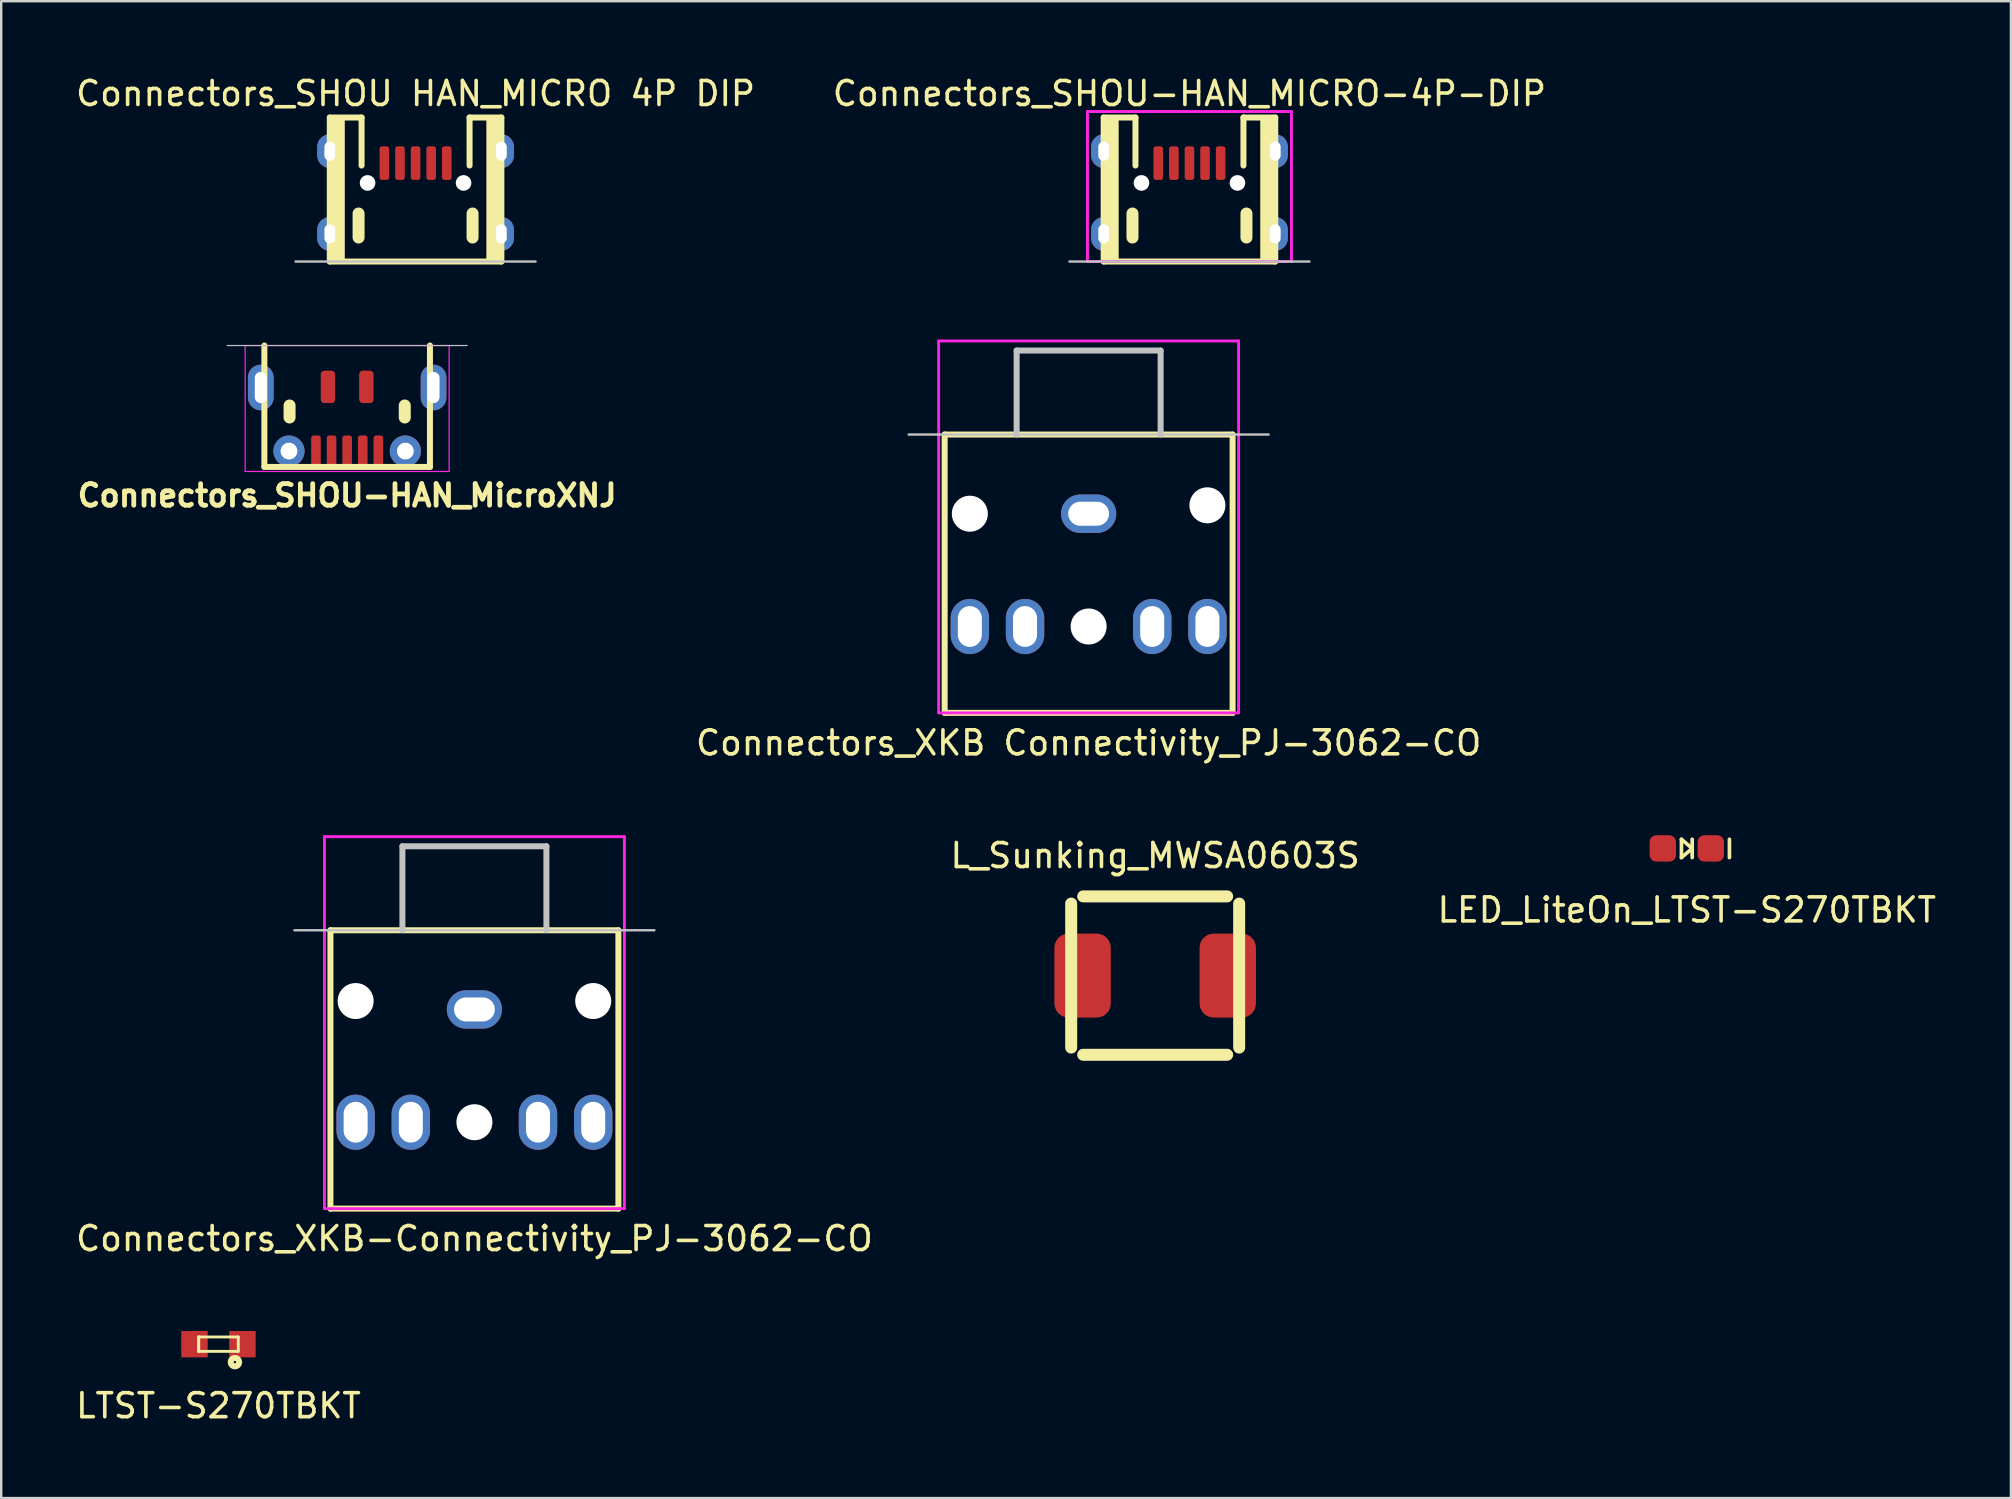
<source format=kicad_pcb>
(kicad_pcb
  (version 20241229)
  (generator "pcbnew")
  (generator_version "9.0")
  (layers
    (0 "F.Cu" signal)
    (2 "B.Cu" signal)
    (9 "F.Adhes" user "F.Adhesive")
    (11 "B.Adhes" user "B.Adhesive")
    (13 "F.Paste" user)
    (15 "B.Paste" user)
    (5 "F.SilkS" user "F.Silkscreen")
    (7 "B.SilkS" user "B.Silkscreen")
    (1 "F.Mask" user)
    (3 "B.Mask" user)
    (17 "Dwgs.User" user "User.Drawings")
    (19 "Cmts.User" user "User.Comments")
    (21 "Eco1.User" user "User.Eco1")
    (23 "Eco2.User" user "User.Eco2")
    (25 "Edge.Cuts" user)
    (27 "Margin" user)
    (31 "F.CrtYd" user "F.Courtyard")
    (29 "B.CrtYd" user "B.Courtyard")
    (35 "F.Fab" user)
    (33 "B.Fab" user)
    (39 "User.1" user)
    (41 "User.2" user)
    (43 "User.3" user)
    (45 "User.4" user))
  (footprint "L_Sunking_MWSA0603S"
    (layer "F.Cu")
    (at 45.089 37.605)
    (property "Reference" "L_Sunking_MWSA0603S" (at 0 -5 0) (layer "F.SilkS") (effects (font (size 1 1) (thickness 0.15))))
    (attr through_hole)
    (fp_line (start -3.5 -3) (end -3.5 3) (stroke (width 0.5) (type solid)) (layer "F.SilkS"))
    (fp_line (start -3 3.3) (end 3 3.3) (stroke (width 0.5) (type solid)) (layer "F.SilkS"))
    (fp_line (start 3 -3.3) (end -3 -3.3) (stroke (width 0.5) (type solid)) (layer "F.SilkS"))
    (fp_line (start 3.5 3) (end 3.5 -3) (stroke (width 0.5) (type solid)) (layer "F.SilkS"))
    (pad "1" smd roundrect (at -1.85 0) (size 2.35 3.5) (drill (offset -1.175 0)) (layers "F.Cu" "F.Mask" "F.Paste") (roundrect_rratio 0.25))
    (pad "2" smd roundrect (at 1.85 0) (size 2.35 3.5) (drill (offset 1.175 0)) (layers "F.Cu" "F.Mask" "F.Paste") (roundrect_rratio 0.25)))
  (footprint "Connectors_SHOU HAN_MICRO 4P DIP"
    (layer "F.Cu")
    (at 14.268 7.848)
    (property "Reference" "Connectors_SHOU HAN_MICRO 4P DIP" (at 0 -7 0) (layer "F.SilkS") (effects (font (size 1 1) (thickness 0.15))))
    (attr through_hole)
    (fp_line (start -3.575 -6) (end -2.25 -6) (stroke (width 0.25) (type solid)) (layer "F.SilkS"))
    (fp_line (start -3.575 0) (end -3.575 -6) (stroke (width 0.25) (type solid)) (layer "F.SilkS"))
    (fp_line (start -2.375 -2) (end -2.375 -1) (stroke (width 0.5) (type solid)) (layer "F.SilkS"))
    (fp_line (start -2.25 -6) (end -2.25 -4) (stroke (width 0.25) (type solid)) (layer "F.SilkS"))
    (fp_line (start 2.25 -6) (end 3.575 -6) (stroke (width 0.25) (type solid)) (layer "F.SilkS"))
    (fp_line (start 2.25 -4) (end 2.25 -6) (stroke (width 0.25) (type solid)) (layer "F.SilkS"))
    (fp_line (start 2.375 -2) (end 2.375 -1) (stroke (width 0.5) (type solid)) (layer "F.SilkS"))
    (fp_line (start 3.575 -6) (end 3.575 0) (stroke (width 0.25) (type solid)) (layer "F.SilkS"))
    (fp_line (start 3.575 0) (end -3.575 0) (stroke (width 0.25) (type solid)) (layer "F.SilkS"))
    (fp_poly (pts (xy -3.575 -6) (xy -3 -6) (xy -3 0) (xy -3.575 0)) (stroke (width 0.1) (type solid)) (fill yes) (layer "F.SilkS"))
    (fp_poly (pts (xy 3.575 0) (xy 3 0) (xy 3 -6) (xy 3.575 -6)) (stroke (width 0.1) (type solid)) (fill yes) (layer "F.SilkS"))
    (fp_line (start -5 0) (end 5 0) (stroke (width 0.1) (type solid)) (layer "Dwgs.User"))
    (pad "" np_thru_hole circle (at -2 -3.275) (size 0.65 0.65) (drill 0.65) (layers "*.Cu" "*.Mask"))
    (pad "" np_thru_hole circle (at 2 -3.275) (size 0.65 0.65) (drill 0.65) (layers "*.Cu" "*.Mask"))
    (pad "1" smd roundrect (at -1.3 -4.8) (size 0.4 1.4) (drill (offset 0 0.7)) (layers "F.Cu" "F.Mask" "F.Paste") (roundrect_rratio 0.25))
    (pad "2" smd roundrect (at -0.65 -4.8) (size 0.4 1.4) (drill (offset 0 0.7)) (layers "F.Cu" "F.Mask" "F.Paste") (roundrect_rratio 0.25))
    (pad "3" smd roundrect (at 0 -4.8) (size 0.4 1.4) (drill (offset 0 0.7)) (layers "F.Cu" "F.Mask" "F.Paste") (roundrect_rratio 0.25))
    (pad "4" smd roundrect (at 0.65 -4.8) (size 0.4 1.4) (drill (offset 0 0.7)) (layers "F.Cu" "F.Mask" "F.Paste") (roundrect_rratio 0.25))
    (pad "5" smd roundrect (at 1.3 -4.8) (size 0.4 1.4) (drill (offset 0 0.7)) (layers "F.Cu" "F.Mask" "F.Paste") (roundrect_rratio 0.25))
    (pad "6" thru_hole oval (at -3.575 -4.6) (size 1.05 1.4) (drill oval 0.45 0.8) (layers "*.Cu" "*.Mask"))
    (pad "6" thru_hole oval (at -3.575 -1.15) (size 1.05 1.4) (drill oval 0.45 0.8) (layers "*.Cu" "*.Mask"))
    (pad "6" thru_hole oval (at 3.575 -4.6) (size 1.05 1.4) (drill oval 0.45 0.8) (layers "*.Cu" "*.Mask"))
    (pad "6" thru_hole oval (at 3.575 -1.15) (size 1.05 1.4) (drill oval 0.45 0.8) (layers "*.Cu" "*.Mask")))
  (footprint "Connectors_XKB-Connectivity_PJ-3062-CO"
    (layer "F.Cu")
    (at 16.72 47.316)
    (property "Reference" "Connectors_XKB-Connectivity_PJ-3062-CO" (at 0 1.25 0) (layer "F.SilkS") (effects (font (size 1 1) (thickness 0.15))))
    (attr through_hole)
    (fp_line (start -6 -11.6) (end -6 0) (stroke (width 0.25) (type solid)) (layer "F.SilkS"))
    (fp_line (start -6 -11.6) (end 6 -11.6) (stroke (width 0.25) (type solid)) (layer "F.SilkS"))
    (fp_line (start -6 0) (end 6 0) (stroke (width 0.25) (type solid)) (layer "F.SilkS"))
    (fp_line (start 6 0) (end 6 -11.6) (stroke (width 0.25) (type solid)) (layer "F.SilkS"))
    (fp_line (start -3 -15.1) (end -3 -11.6) (stroke (width 0.25) (type solid)) (layer "Dwgs.User"))
    (fp_line (start 3 -15.1) (end -3 -15.1) (stroke (width 0.25) (type solid)) (layer "Dwgs.User"))
    (fp_line (start 3 -15.1) (end 3 -11.6) (stroke (width 0.25) (type solid)) (layer "Dwgs.User"))
    (fp_line (start 7.5 -11.6) (end -7.5 -11.6) (stroke (width 0.1) (type solid)) (layer "Dwgs.User"))
    (fp_line (start -6.25 -15.5) (end 6.25 -15.5) (stroke (width 0.12) (type solid)) (layer "F.CrtYd"))
    (fp_line (start -6.25 0) (end -6.25 -15.5) (stroke (width 0.12) (type solid)) (layer "F.CrtYd"))
    (fp_line (start 6.25 -15.5) (end 6.25 0) (stroke (width 0.12) (type solid)) (layer "F.CrtYd"))
    (fp_line (start 6.25 0) (end -6.25 0) (stroke (width 0.12) (type solid)) (layer "F.CrtYd"))
    (pad "" np_thru_hole circle (at -4.95 -8.65) (size 1.5 1.5) (drill 1.5) (layers "*.Cu" "*.Mask"))
    (pad "" np_thru_hole circle (at 0 -3.6) (size 1.5 1.5) (drill 1.5) (layers "*.Cu" "*.Mask"))
    (pad "" np_thru_hole circle (at 4.95 -8.65) (size 1.5 1.5) (drill 1.5) (layers "*.Cu" "*.Mask"))
    (pad "R" thru_hole oval (at 2.65 -3.6) (size 1.6 2.3) (drill oval 1 1.7) (layers "*.Cu" "*.Mask"))
    (pad "RN" thru_hole oval (at -4.95 -3.6) (size 1.6 2.3) (drill oval 1 1.7) (layers "*.Cu" "*.Mask"))
    (pad "S" thru_hole oval (at 0 -8.3) (size 2.3 1.6) (drill oval 1.7 1) (layers "*.Cu" "*.Mask"))
    (pad "T" thru_hole oval (at 4.95 -3.6) (size 1.6 2.3) (drill oval 1 1.7) (layers "*.Cu" "*.Mask"))
    (pad "TN" thru_hole oval (at -2.65 -3.6) (size 1.6 2.3) (drill oval 1 1.7) (layers "*.Cu" "*.Mask")))
  (footprint "Connectors_SHOU-HAN_MicroXNJ"
    (layer "F.Cu")
    (at 11.417 11.348)
    (property "Reference" "Connectors_SHOU-HAN_MicroXNJ" (at 0 6.25 0) (layer "F.SilkS") (effects (font (size 0.9 0.9) (thickness 0.2))))
    (attr through_hole)
    (fp_line (start -3.45 5.06) (end -3.45 0) (stroke (width 0.25) (type solid)) (layer "F.SilkS"))
    (fp_line (start -3.45 5.06) (end 3.45 5.06) (stroke (width 0.25) (type solid)) (layer "F.SilkS"))
    (fp_line (start -2.4 2.5) (end -2.4 3) (stroke (width 0.5) (type solid)) (layer "F.SilkS"))
    (fp_line (start 2.4 2.5) (end 2.4 3) (stroke (width 0.5) (type solid)) (layer "F.SilkS"))
    (fp_line (start 3.45 5.06) (end 3.45 0) (stroke (width 0.25) (type solid)) (layer "F.SilkS"))
    (fp_line (start -5 0) (end 5 0) (stroke (width 0.05) (type solid)) (layer "Dwgs.User"))
    (fp_line (start -4.25 0) (end 4.25 0) (stroke (width 0.05) (type solid)) (layer "F.CrtYd"))
    (fp_line (start -4.25 5.25) (end -4.25 0) (stroke (width 0.05) (type solid)) (layer "F.CrtYd"))
    (fp_line (start 4.25 0) (end 4.25 5.25) (stroke (width 0.05) (type solid)) (layer "F.CrtYd"))
    (fp_line (start 4.25 5.25) (end -4.25 5.25) (stroke (width 0.05) (type solid)) (layer "F.CrtYd"))
    (pad "1" smd roundrect (at 1.3 5) (size 0.4 1.25) (drill (offset 0 -0.625)) (layers "F.Cu" "F.Mask" "F.Paste") (roundrect_rratio 0.25))
    (pad "2" smd roundrect (at 0.65 5) (size 0.4 1.25) (drill (offset 0 -0.625)) (layers "F.Cu" "F.Mask" "F.Paste") (roundrect_rratio 0.25))
    (pad "3" smd roundrect (at 0 5) (size 0.4 1.25) (drill (offset 0 -0.625)) (layers "F.Cu" "F.Mask" "F.Paste") (roundrect_rratio 0.25))
    (pad "4" smd roundrect (at -0.65 5) (size 0.4 1.25) (drill (offset 0 -0.625)) (layers "F.Cu" "F.Mask" "F.Paste") (roundrect_rratio 0.25))
    (pad "5" smd roundrect (at -1.3 5) (size 0.4 1.25) (drill (offset 0 -0.625)) (layers "F.Cu" "F.Mask" "F.Paste") (roundrect_rratio 0.25))
    (pad "6" thru_hole oval (at -3.6 1.75) (size 1.07 1.9) (drill oval 0.5 1.3) (layers "*.Cu" "*.Mask"))
    (pad "6" thru_hole circle (at -2.425 4.4) (size 1.3 1.3) (drill 0.7) (layers "*.Cu" "*.Mask"))
    (pad "6" smd roundrect (at -0.5 1.05) (size 0.6 1.35) (drill (offset -0.3 0.675)) (layers "F.Cu" "F.Mask" "F.Paste") (roundrect_rratio 0.25))
    (pad "6" smd roundrect (at 0.5 1.05) (size 0.6 1.35) (drill (offset 0.3 0.675)) (layers "F.Cu" "F.Mask" "F.Paste") (roundrect_rratio 0.25))
    (pad "6" thru_hole circle (at 2.425 4.4) (size 1.3 1.3) (drill 0.7) (layers "*.Cu" "*.Mask"))
    (pad "6" thru_hole oval (at 3.6 1.75) (size 1.07 1.9) (drill oval 0.5 1.3) (layers "*.Cu" "*.Mask")))
  (footprint "Connectors_SHOU-HAN_MICRO-4P-DIP"
    (layer "F.Cu")
    (at 46.518 7.848)
    (property "Reference" "Connectors_SHOU-HAN_MICRO-4P-DIP" (at 0 -7 0) (layer "F.SilkS") (effects (font (size 1 1) (thickness 0.15))))
    (attr through_hole)
    (fp_line (start -3.575 -6) (end -2.25 -6) (stroke (width 0.25) (type solid)) (layer "F.SilkS"))
    (fp_line (start -3.575 0) (end -3.575 -6) (stroke (width 0.25) (type solid)) (layer "F.SilkS"))
    (fp_line (start -2.375 -2) (end -2.375 -1) (stroke (width 0.5) (type solid)) (layer "F.SilkS"))
    (fp_line (start -2.25 -6) (end -2.25 -4) (stroke (width 0.25) (type solid)) (layer "F.SilkS"))
    (fp_line (start 2.25 -6) (end 3.575 -6) (stroke (width 0.25) (type solid)) (layer "F.SilkS"))
    (fp_line (start 2.25 -4) (end 2.25 -6) (stroke (width 0.25) (type solid)) (layer "F.SilkS"))
    (fp_line (start 2.375 -2) (end 2.375 -1) (stroke (width 0.5) (type solid)) (layer "F.SilkS"))
    (fp_line (start 3.575 -6) (end 3.575 0) (stroke (width 0.25) (type solid)) (layer "F.SilkS"))
    (fp_line (start 3.575 0) (end -3.575 0) (stroke (width 0.25) (type solid)) (layer "F.SilkS"))
    (fp_poly (pts (xy -3.575 -6) (xy -3 -6) (xy -3 0) (xy -3.575 0)) (stroke (width 0.1) (type solid)) (fill yes) (layer "F.SilkS"))
    (fp_poly (pts (xy 3.575 0) (xy 3 0) (xy 3 -6) (xy 3.575 -6)) (stroke (width 0.1) (type solid)) (fill yes) (layer "F.SilkS"))
    (fp_line (start -5 0) (end 5 0) (stroke (width 0.1) (type solid)) (layer "Dwgs.User"))
    (fp_line (start -4.25 -6.25) (end -4.25 0) (stroke (width 0.12) (type solid)) (layer "F.CrtYd"))
    (fp_line (start -4.25 0) (end 4.25 0) (stroke (width 0.12) (type solid)) (layer "F.CrtYd"))
    (fp_line (start 4.25 -6.25) (end -4.25 -6.25) (stroke (width 0.12) (type solid)) (layer "F.CrtYd"))
    (fp_line (start 4.25 0) (end 4.25 -6.25) (stroke (width 0.12) (type solid)) (layer "F.CrtYd"))
    (pad "" np_thru_hole circle (at -2 -3.275) (size 0.65 0.65) (drill 0.65) (layers "*.Cu" "*.Mask"))
    (pad "" np_thru_hole circle (at 2 -3.275) (size 0.65 0.65) (drill 0.65) (layers "*.Cu" "*.Mask"))
    (pad "1" smd roundrect (at -1.3 -4.8) (size 0.4 1.4) (drill (offset 0 0.7)) (layers "F.Cu" "F.Mask" "F.Paste") (roundrect_rratio 0.25))
    (pad "2" smd roundrect (at -0.65 -4.8) (size 0.4 1.4) (drill (offset 0 0.7)) (layers "F.Cu" "F.Mask" "F.Paste") (roundrect_rratio 0.25))
    (pad "3" smd roundrect (at 0 -4.8) (size 0.4 1.4) (drill (offset 0 0.7)) (layers "F.Cu" "F.Mask" "F.Paste") (roundrect_rratio 0.25))
    (pad "4" smd roundrect (at 0.65 -4.8) (size 0.4 1.4) (drill (offset 0 0.7)) (layers "F.Cu" "F.Mask" "F.Paste") (roundrect_rratio 0.25))
    (pad "5" smd roundrect (at 1.3 -4.8) (size 0.4 1.4) (drill (offset 0 0.7)) (layers "F.Cu" "F.Mask" "F.Paste") (roundrect_rratio 0.25))
    (pad "6" thru_hole oval (at -3.575 -4.6) (size 1.05 1.4) (drill oval 0.45 0.8) (layers "*.Cu" "*.Mask"))
    (pad "6" thru_hole oval (at -3.575 -1.15) (size 1.05 1.4) (drill oval 0.45 0.8) (layers "*.Cu" "*.Mask"))
    (pad "6" thru_hole oval (at 3.575 -4.6) (size 1.05 1.4) (drill oval 0.45 0.8) (layers "*.Cu" "*.Mask"))
    (pad "6" thru_hole oval (at 3.575 -1.15) (size 1.05 1.4) (drill oval 0.45 0.8) (layers "*.Cu" "*.Mask")))
  (footprint "Connectors_XKB Connectivity_PJ-3062-CO"
    (layer "F.Cu")
    (at 42.316 26.658)
    (property "Reference" "Connectors_XKB Connectivity_PJ-3062-CO" (at 0 1.25 0) (layer "F.SilkS") (effects (font (size 1 1) (thickness 0.15))))
    (attr through_hole)
    (fp_line (start -6 -11.6) (end -6 0) (stroke (width 0.25) (type solid)) (layer "F.SilkS"))
    (fp_line (start -6 -11.6) (end 6 -11.6) (stroke (width 0.25) (type solid)) (layer "F.SilkS"))
    (fp_line (start -6 0) (end 6 0) (stroke (width 0.25) (type solid)) (layer "F.SilkS"))
    (fp_line (start 6 0) (end 6 -11.6) (stroke (width 0.25) (type solid)) (layer "F.SilkS"))
    (fp_line (start -3 -15.1) (end -3 -11.6) (stroke (width 0.25) (type solid)) (layer "Dwgs.User"))
    (fp_line (start 3 -15.1) (end -3 -15.1) (stroke (width 0.25) (type solid)) (layer "Dwgs.User"))
    (fp_line (start 3 -15.1) (end 3 -11.6) (stroke (width 0.25) (type solid)) (layer "Dwgs.User"))
    (fp_line (start 7.5 -11.6) (end -7.5 -11.6) (stroke (width 0.1) (type solid)) (layer "Dwgs.User"))
    (fp_line (start -6.25 -15.5) (end 6.25 -15.5) (stroke (width 0.12) (type solid)) (layer "F.CrtYd"))
    (fp_line (start -6.25 0) (end -6.25 -15.5) (stroke (width 0.12) (type solid)) (layer "F.CrtYd"))
    (fp_line (start 6.25 -15.5) (end 6.25 0) (stroke (width 0.12) (type solid)) (layer "F.CrtYd"))
    (fp_line (start 6.25 0) (end -6.25 0) (stroke (width 0.12) (type solid)) (layer "F.CrtYd"))
    (pad "" np_thru_hole circle (at -4.95 -8.3) (size 1.5 1.5) (drill 1.5) (layers "*.Cu" "*.Mask"))
    (pad "" np_thru_hole circle (at 0 -3.6) (size 1.5 1.5) (drill 1.5) (layers "*.Cu" "*.Mask"))
    (pad "" np_thru_hole circle (at 4.95 -8.65) (size 1.5 1.5) (drill 1.5) (layers "*.Cu" "*.Mask"))
    (pad "R" thru_hole oval (at 2.65 -3.6) (size 1.6 2.3) (drill oval 1 1.7) (layers "*.Cu" "*.Mask"))
    (pad "RN" thru_hole oval (at -4.95 -3.6) (size 1.6 2.3) (drill oval 1 1.7) (layers "*.Cu" "*.Mask"))
    (pad "S" thru_hole oval (at 0 -8.3) (size 2.3 1.6) (drill oval 1.7 1) (layers "*.Cu" "*.Mask"))
    (pad "T" thru_hole oval (at 4.95 -3.6) (size 1.6 2.3) (drill oval 1 1.7) (layers "*.Cu" "*.Mask"))
    (pad "TN" thru_hole oval (at -2.65 -3.6) (size 1.6 2.3) (drill oval 1 1.7) (layers "*.Cu" "*.Mask")))
  (footprint "LTST-S270TBKT"
    (layer "F.Cu")
    (at 6.054 52.965)
    (property "Reference" "LTST-S270TBKT" (at 0 2.565 0) (layer "F.SilkS") (effects (font (size 1 1) (thickness 0.15))))
    (attr through_hole)
    (fp_line (start -0.825 -0.3) (end -0.825 0.3) (stroke (width 0.12) (type solid)) (layer "F.SilkS"))
    (fp_line (start -0.825 -0.3) (end -0.825 0.3) (stroke (width 0.12) (type solid)) (layer "F.SilkS"))
    (fp_line (start -0.825 0.3) (end 0.825 0.3) (stroke (width 0.12) (type solid)) (layer "F.SilkS"))
    (fp_line (start 0.825 -0.3) (end -0.825 -0.3) (stroke (width 0.12) (type solid)) (layer "F.SilkS"))
    (fp_line (start 0.825 -0.3) (end 0.825 0.3) (stroke (width 0.12) (type solid)) (layer "F.SilkS"))
    (fp_circle (center 0.686 0.749) (end 0.736 0.749) (stroke (width 0.25) (type solid)) (fill no) (layer "F.SilkS"))
    (pad "1" smd rect (at -1 0) (size 1.1 1.1) (layers "F.Cu" "F.Mask" "F.Paste"))
    (pad "2" smd rect (at 1 0) (size 1.1 1.1) (layers "F.Cu" "F.Mask" "F.Paste")))
  (footprint "LED_LiteOn_LTST-S270TBKT"
    (layer "F.Cu")
    (at 67.244 32.306)
    (property "Reference" "LED_LiteOn_LTST-S270TBKT" (at 0 2.565 0) (layer "F.SilkS") (effects (font (size 1 1) (thickness 0.15))))
    (attr through_hole)
    (fp_line (start -0.224 -0.381) (end -0.224 0.381) (stroke (width 0.153) (type solid)) (layer "F.SilkS"))
    (fp_line (start -0.224 -0.381) (end 0.224 0) (stroke (width 0.153) (type solid)) (layer "F.SilkS"))
    (fp_line (start 0.224 -0.381) (end 0.224 0.381) (stroke (width 0.153) (type solid)) (layer "F.SilkS"))
    (fp_line (start 0.224 0) (end -0.224 0.381) (stroke (width 0.153) (type solid)) (layer "F.SilkS"))
    (fp_line (start 1.776 -0.381) (end 1.776 0.381) (stroke (width 0.153) (type solid)) (layer "F.SilkS"))
    (pad "A" smd roundrect (at -1 0) (size 1.1 1.1) (layers "F.Cu" "F.Mask" "F.Paste") (roundrect_rratio 0.25))
    (pad "C" smd roundrect (at 1 0) (size 1.1 1.1) (layers "F.Cu" "F.Mask" "F.Paste") (roundrect_rratio 0.25)))
  (gr_rect
    (start -3 -3)
    (end 80.75 59.378)
    (stroke (width 0.1) (type default))
    (fill no)
    (layer "Edge.Cuts")))
</source>
